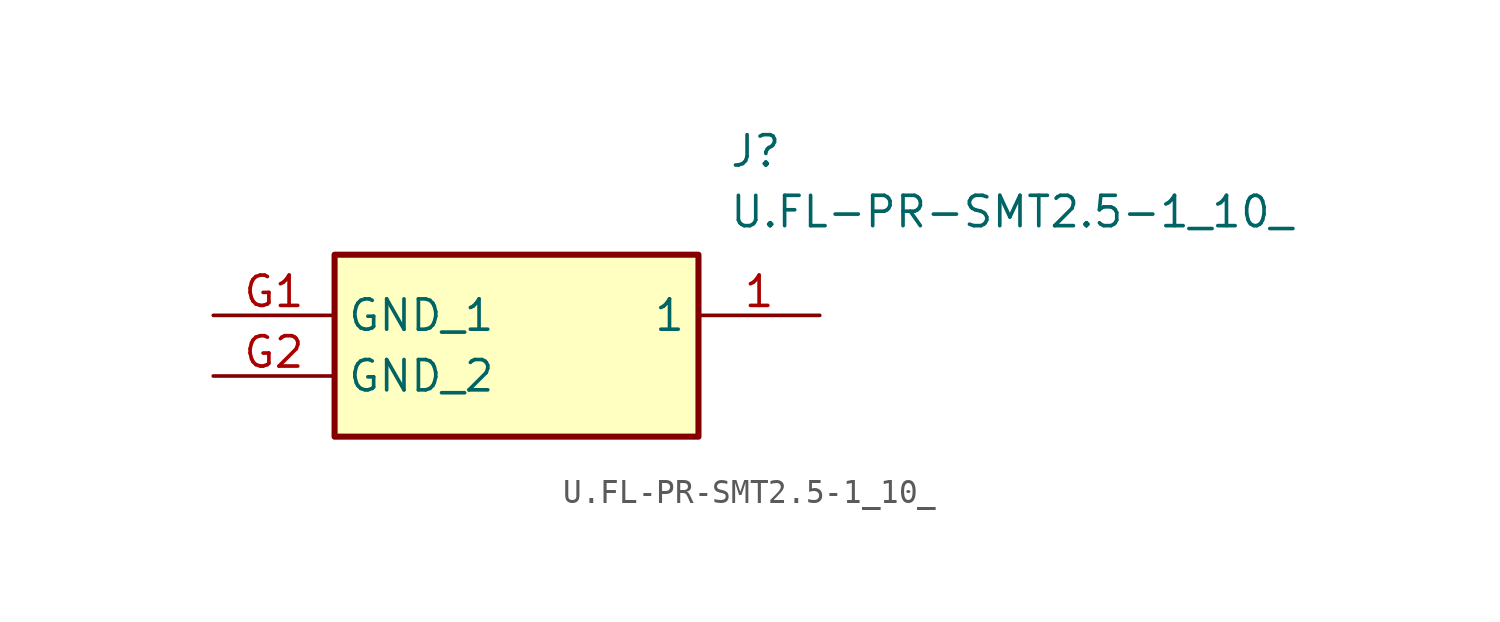
<source format=kicad_sym>
(kicad_symbol_lib
  (version 20211014)
  (generator SamacSys_ECAD_Model)
  (symbol "U.FL-PR-SMT2.5-1_10_"
    (property "Reference" "J"
      (at 21.59 7.62 0)
      (effects (font (size 1.27 1.27)) (justify left top)))
    (property "Value" "U.FL-PR-SMT2.5-1_10_"
      (at 21.59 5.08 0)
      (effects (font (size 1.27 1.27)) (justify left top)))
    (rectangle
      (start 5.08 2.54)
      (end 20.32 -5.08)
      (stroke (width 0.254) (type default))
      (fill (type background)))
    (pin passive line
      (at 25.4 0 180)
      (length 5.08)
      (name "1" (effects (font (size 1.27 1.27))))
      (number "1" (effects (font (size 1.27 1.27)))))
    (pin passive line
      (at 0 0 0)
      (length 5.08)
      (name "GND_1" (effects (font (size 1.27 1.27))))
      (number "G1" (effects (font (size 1.27 1.27)))))
    (pin passive line
      (at 0 -2.54 0)
      (length 5.08)
      (name "GND_2" (effects (font (size 1.27 1.27))))
      (number "G2" (effects (font (size 1.27 1.27)))))))
</source>
